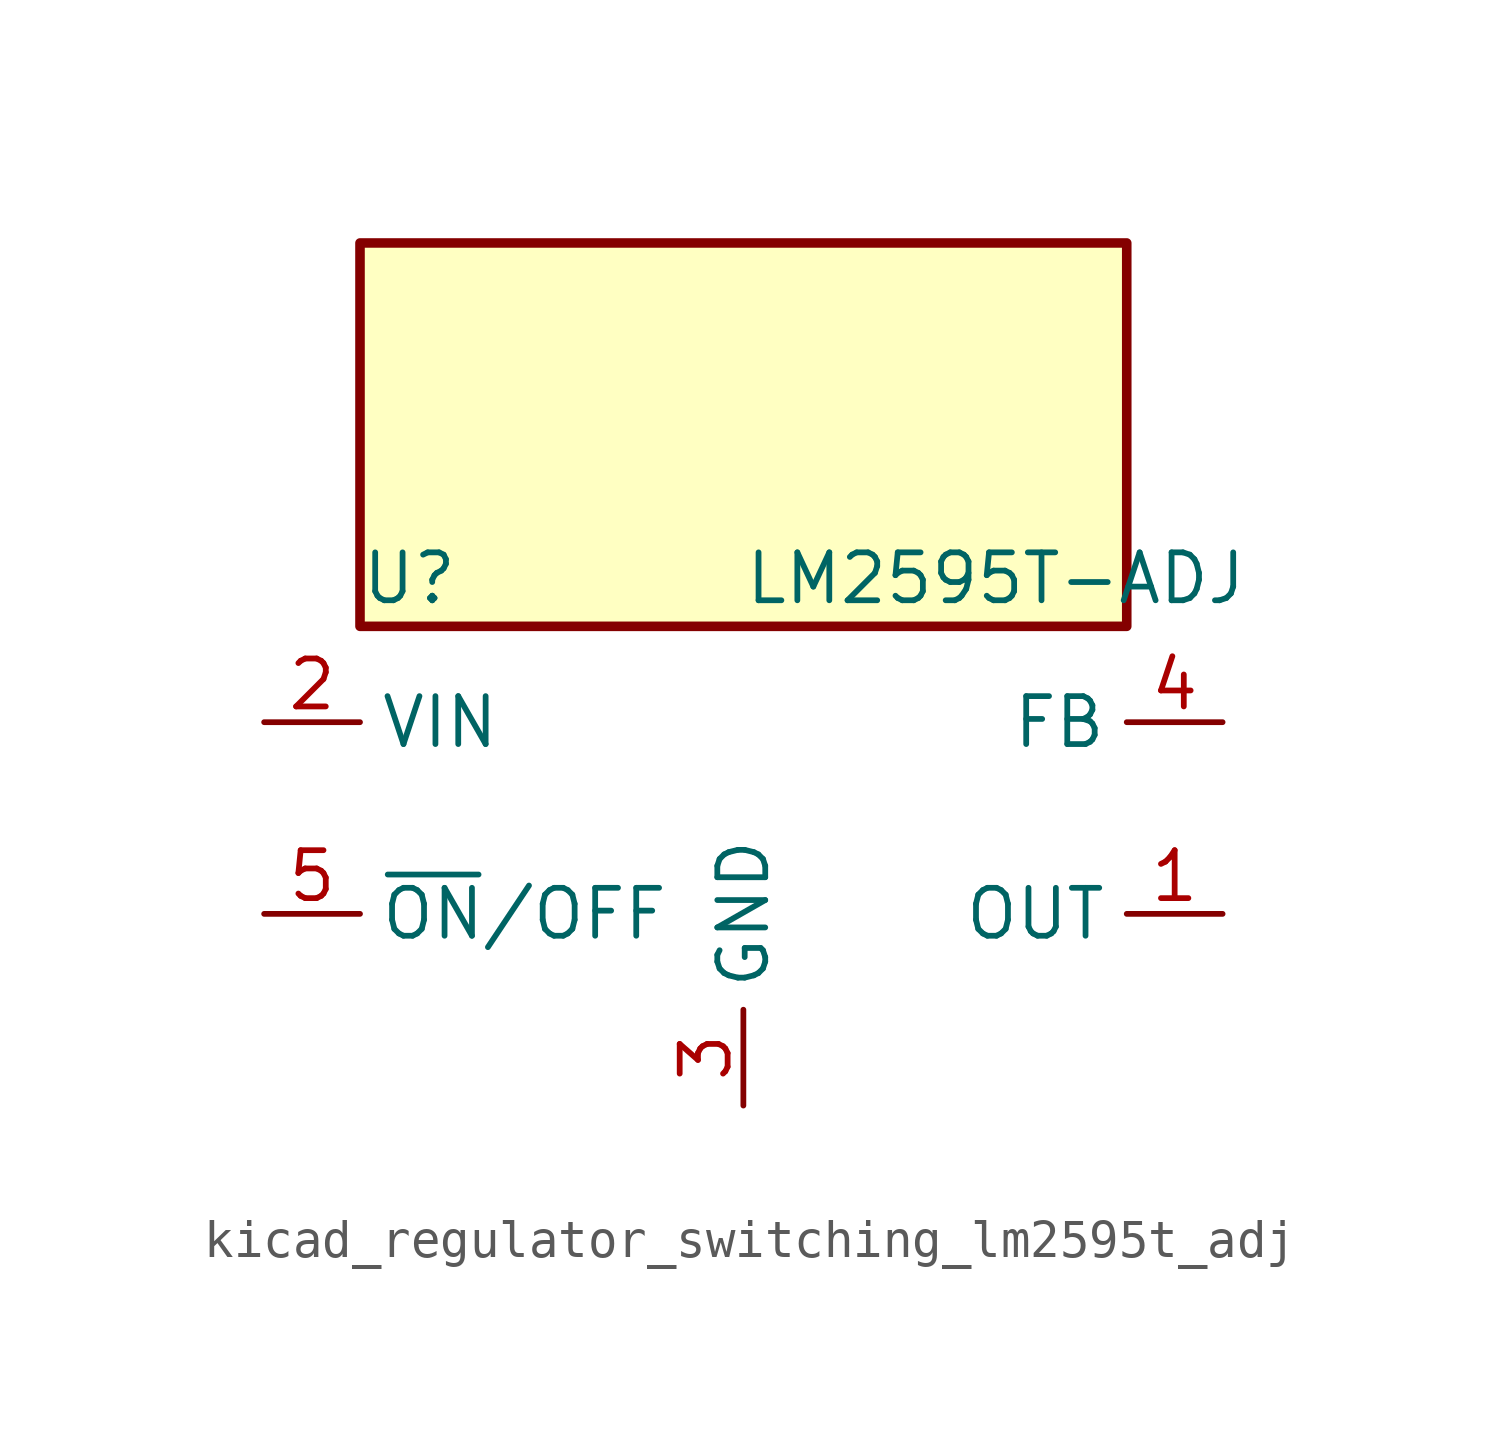
<source format=kicad_sym>
(kicad_symbol_lib
  (version 20220914)
  (generator kicad_symbol_editor)
  (symbol "kicad_regulator_switching_lm2595t_adj"
    (property "Reference" "U"
      (at -10.16 6.35 0)
      (effects (font (size 1.27 1.27)) (justify left)))
    (property "Value" "LM2595T-ADJ"
      (at 0 6.35 0)
      (effects (font (size 1.27 1.27)) (justify left)))
    (symbol "kicad_regulator_switching_lm2595t_adj_0_1"
      (rectangle (start 10.16 15.24) (end -10.16 5.08) (stroke (width 0.254) (type default)) (fill (type background))))
    (symbol "kicad_regulator_switching_lm2595t_adj_1_1"
      (pin output line (at 12.7 -2.54 180) (length 2.54) (name "OUT" (effects (font (size 1.27 1.27)))) (number "1" (effects (font (size 1.27 1.27)))))
      (pin power_in line (at -12.7 2.54 0) (length 2.54) (name "VIN" (effects (font (size 1.27 1.27)))) (number "2" (effects (font (size 1.27 1.27)))))
      (pin power_in line (at 0 -7.62 90) (length 2.54) (name "GND" (effects (font (size 1.27 1.27)))) (number "3" (effects (font (size 1.27 1.27)))))
      (pin input line (at 12.7 2.54 180) (length 2.54) (name "FB" (effects (font (size 1.27 1.27)))) (number "4" (effects (font (size 1.27 1.27)))))
      (pin input line (at -12.7 -2.54 0) (length 2.54) (name "~{ON}/OFF" (effects (font (size 1.27 1.27)))) (number "5" (effects (font (size 1.27 1.27))))))))
</source>
